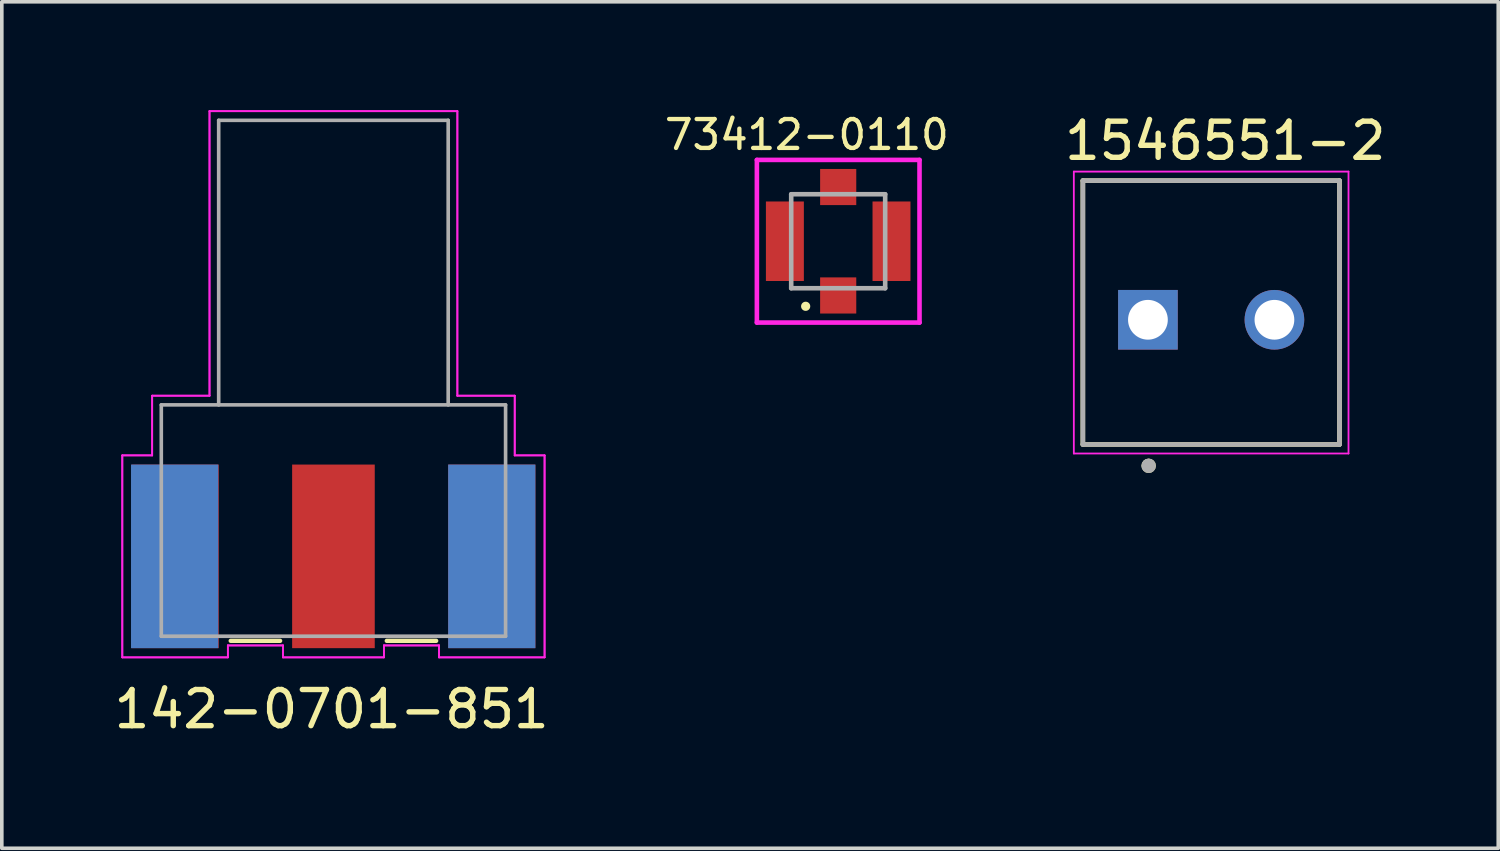
<source format=kicad_pcb>
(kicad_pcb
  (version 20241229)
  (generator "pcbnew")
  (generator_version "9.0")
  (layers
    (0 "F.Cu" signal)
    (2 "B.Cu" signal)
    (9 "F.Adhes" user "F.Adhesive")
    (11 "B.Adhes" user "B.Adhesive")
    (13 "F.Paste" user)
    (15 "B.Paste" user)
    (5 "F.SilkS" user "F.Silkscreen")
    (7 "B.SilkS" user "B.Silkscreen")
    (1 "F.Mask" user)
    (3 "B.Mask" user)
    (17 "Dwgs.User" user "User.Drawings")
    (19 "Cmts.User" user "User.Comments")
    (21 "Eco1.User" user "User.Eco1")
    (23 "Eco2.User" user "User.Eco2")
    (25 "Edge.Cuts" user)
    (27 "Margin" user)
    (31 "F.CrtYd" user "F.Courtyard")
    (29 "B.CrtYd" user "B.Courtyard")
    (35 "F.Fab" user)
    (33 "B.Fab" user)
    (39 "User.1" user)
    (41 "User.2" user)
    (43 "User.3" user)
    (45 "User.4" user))
  (footprint "1546551-2"
    (layer "F.Cu")
    (at 30.462 5.798)
    (property "Reference" "1546551-2" (at 0.39 -4.95 0) (layer "F.SilkS") (effects (font (size 1 1) (thickness 0.15))))
    (attr through_hole)
    (fp_line (start -3.55 -3.85) (end 3.55 -3.85) (stroke (width 0.127) (type solid)) (layer "F.SilkS"))
    (fp_line (start -3.55 3.45) (end -3.55 -3.85) (stroke (width 0.127) (type solid)) (layer "F.SilkS"))
    (fp_line (start 3.55 -3.85) (end 3.55 3.45) (stroke (width 0.127) (type solid)) (layer "F.SilkS"))
    (fp_line (start 3.55 3.45) (end -3.55 3.45) (stroke (width 0.127) (type solid)) (layer "F.SilkS"))
    (fp_circle (center -1.73 4.04) (end -1.63 4.04) (stroke (width 0.2) (type solid)) (fill no) (layer "F.SilkS"))
    (fp_line (start -3.8 -4.1) (end 3.8 -4.1) (stroke (width 0.05) (type solid)) (layer "F.CrtYd"))
    (fp_line (start -3.8 3.7) (end -3.8 -4.1) (stroke (width 0.05) (type solid)) (layer "F.CrtYd"))
    (fp_line (start 3.8 -4.1) (end 3.8 3.7) (stroke (width 0.05) (type solid)) (layer "F.CrtYd"))
    (fp_line (start 3.8 3.7) (end -3.8 3.7) (stroke (width 0.05) (type solid)) (layer "F.CrtYd"))
    (fp_line (start -3.55 -3.85) (end 3.55 -3.85) (stroke (width 0.127) (type solid)) (layer "F.Fab"))
    (fp_line (start -3.55 3.45) (end -3.55 -3.85) (stroke (width 0.127) (type solid)) (layer "F.Fab"))
    (fp_line (start 3.55 -3.85) (end 3.55 3.45) (stroke (width 0.127) (type solid)) (layer "F.Fab"))
    (fp_line (start 3.55 3.45) (end -3.55 3.45) (stroke (width 0.127) (type solid)) (layer "F.Fab"))
    (fp_circle (center -1.73 4.04) (end -1.63 4.04) (stroke (width 0.2) (type solid)) (fill no) (layer "F.Fab"))
    (pad "1" thru_hole rect (at -1.75 0) (size 1.65 1.65) (drill 1.1) (layers "*.Cu" "*.Mask"))
    (pad "2" thru_hole circle (at 1.75 0) (size 1.65 1.65) (drill 1.1) (layers "*.Cu" "*.Mask")))
  (footprint "73412-0110"
    (layer "F.Cu")
    (at 20.29 3.549)
    (property "Reference" "73412-0110" (at -1.016 -2.87 180) (layer "F.SilkS") (effects (font (size 0.8 0.8) (thickness 0.12))))
    (attr through_hole)
    (fp_circle (center -1.048 1.876) (end -1.048 1.749) (stroke (width 0) (type solid)) (fill yes) (layer "F.SilkS"))
    (fp_line (start -2.398 -2.174) (end 2.102 -2.174) (stroke (width 0.127) (type solid)) (layer "F.CrtYd"))
    (fp_line (start -2.398 2.326) (end -2.398 -2.174) (stroke (width 0.127) (type solid)) (layer "F.CrtYd"))
    (fp_line (start 2.102 -2.174) (end 2.102 2.326) (stroke (width 0.127) (type solid)) (layer "F.CrtYd"))
    (fp_line (start 2.102 2.326) (end -2.398 2.326) (stroke (width 0.127) (type solid)) (layer "F.CrtYd"))
    (fp_line (start -1.448 -1.224) (end -1.448 1.376) (stroke (width 0.127) (type solid)) (layer "F.Fab"))
    (fp_line (start -1.448 1.376) (end 1.152 1.376) (stroke (width 0.127) (type solid)) (layer "F.Fab"))
    (fp_line (start 1.152 -1.224) (end -1.448 -1.224) (stroke (width 0.127) (type solid)) (layer "F.Fab"))
    (fp_line (start 1.152 1.376) (end 1.152 -1.224) (stroke (width 0.127) (type solid)) (layer "F.Fab"))
    (pad "1" smd rect (at -0.148 1.576 180) (size 1 1) (layers "F.Cu" "F.Mask" "F.Paste"))
    (pad "2" smd rect (at -1.623 0.076 180) (size 1.05 2.2) (layers "F.Cu" "F.Mask" "F.Paste"))
    (pad "2" smd rect (at -0.148 -1.424 180) (size 1 1) (layers "F.Cu" "F.Mask" "F.Paste"))
    (pad "2" smd rect (at 1.327 0.076 180) (size 1.05 2.2) (layers "F.Cu" "F.Mask" "F.Paste")))
  (footprint "142-0701-851"
    (layer "F.Cu")
    (at 6.176 12.179)
    (property "Reference" "142-0701-851" (at -0.051 4.394 0) (layer "F.SilkS") (effects (font (size 1 1) (thickness 0.15))))
    (attr through_hole)
    (fp_line (start -2.842 2.502) (end -1.476 2.502) (stroke (width 0.12) (type solid)) (layer "F.SilkS"))
    (fp_line (start 1.476 2.502) (end 2.842 2.502) (stroke (width 0.12) (type solid)) (layer "F.SilkS"))
    (fp_line (start -5.842 -2.629) (end -5.842 2.959) (stroke (width 0.05) (type solid)) (layer "F.CrtYd"))
    (fp_line (start -5.842 -2.629) (end -5.842 2.959) (stroke (width 0.05) (type solid)) (layer "F.CrtYd"))
    (fp_line (start -5.842 2.959) (end -2.921 2.959) (stroke (width 0.05) (type solid)) (layer "F.CrtYd"))
    (fp_line (start -5.842 2.959) (end -2.921 2.959) (stroke (width 0.05) (type solid)) (layer "F.CrtYd"))
    (fp_line (start -5.016 -4.28) (end -5.016 -2.629) (stroke (width 0.05) (type solid)) (layer "F.CrtYd"))
    (fp_line (start -5.016 -4.28) (end -5.016 -2.629) (stroke (width 0.05) (type solid)) (layer "F.CrtYd"))
    (fp_line (start -5.016 -2.629) (end -5.842 -2.629) (stroke (width 0.05) (type solid)) (layer "F.CrtYd"))
    (fp_line (start -5.016 -2.629) (end -5.842 -2.629) (stroke (width 0.05) (type solid)) (layer "F.CrtYd"))
    (fp_line (start -3.429 -12.154) (end -3.429 -4.28) (stroke (width 0.05) (type solid)) (layer "F.CrtYd"))
    (fp_line (start -3.429 -12.154) (end -3.429 -4.28) (stroke (width 0.05) (type solid)) (layer "F.CrtYd"))
    (fp_line (start -3.429 -4.28) (end -5.016 -4.28) (stroke (width 0.05) (type solid)) (layer "F.CrtYd"))
    (fp_line (start -3.429 -4.28) (end -5.016 -4.28) (stroke (width 0.05) (type solid)) (layer "F.CrtYd"))
    (fp_line (start -2.921 2.629) (end -1.397 2.629) (stroke (width 0.05) (type solid)) (layer "F.CrtYd"))
    (fp_line (start -2.921 2.629) (end -1.397 2.629) (stroke (width 0.05) (type solid)) (layer "F.CrtYd"))
    (fp_line (start -2.921 2.959) (end -2.921 2.629) (stroke (width 0.05) (type solid)) (layer "F.CrtYd"))
    (fp_line (start -2.921 2.959) (end -2.921 2.629) (stroke (width 0.05) (type solid)) (layer "F.CrtYd"))
    (fp_line (start -1.397 2.629) (end -1.397 2.959) (stroke (width 0.05) (type solid)) (layer "F.CrtYd"))
    (fp_line (start -1.397 2.629) (end -1.397 2.959) (stroke (width 0.05) (type solid)) (layer "F.CrtYd"))
    (fp_line (start -1.397 2.959) (end 1.397 2.959) (stroke (width 0.05) (type solid)) (layer "F.CrtYd"))
    (fp_line (start -1.397 2.959) (end 1.397 2.959) (stroke (width 0.05) (type solid)) (layer "F.CrtYd"))
    (fp_line (start 1.397 2.629) (end 2.921 2.629) (stroke (width 0.05) (type solid)) (layer "F.CrtYd"))
    (fp_line (start 1.397 2.629) (end 2.921 2.629) (stroke (width 0.05) (type solid)) (layer "F.CrtYd"))
    (fp_line (start 1.397 2.959) (end 1.397 2.629) (stroke (width 0.05) (type solid)) (layer "F.CrtYd"))
    (fp_line (start 1.397 2.959) (end 1.397 2.629) (stroke (width 0.05) (type solid)) (layer "F.CrtYd"))
    (fp_line (start 2.921 2.629) (end 2.921 2.959) (stroke (width 0.05) (type solid)) (layer "F.CrtYd"))
    (fp_line (start 2.921 2.629) (end 2.921 2.959) (stroke (width 0.05) (type solid)) (layer "F.CrtYd"))
    (fp_line (start 2.921 2.959) (end 5.842 2.959) (stroke (width 0.05) (type solid)) (layer "F.CrtYd"))
    (fp_line (start 2.921 2.959) (end 5.842 2.959) (stroke (width 0.05) (type solid)) (layer "F.CrtYd"))
    (fp_line (start 3.429 -12.154) (end -3.429 -12.154) (stroke (width 0.05) (type solid)) (layer "F.CrtYd"))
    (fp_line (start 3.429 -12.154) (end -3.429 -12.154) (stroke (width 0.05) (type solid)) (layer "F.CrtYd"))
    (fp_line (start 3.429 -4.28) (end 3.429 -12.154) (stroke (width 0.05) (type solid)) (layer "F.CrtYd"))
    (fp_line (start 3.429 -4.28) (end 3.429 -12.154) (stroke (width 0.05) (type solid)) (layer "F.CrtYd"))
    (fp_line (start 5.016 -4.28) (end 3.429 -4.28) (stroke (width 0.05) (type solid)) (layer "F.CrtYd"))
    (fp_line (start 5.016 -4.28) (end 3.429 -4.28) (stroke (width 0.05) (type solid)) (layer "F.CrtYd"))
    (fp_line (start 5.016 -2.629) (end 5.016 -4.28) (stroke (width 0.05) (type solid)) (layer "F.CrtYd"))
    (fp_line (start 5.016 -2.629) (end 5.016 -4.28) (stroke (width 0.05) (type solid)) (layer "F.CrtYd"))
    (fp_line (start 5.842 -2.629) (end 5.016 -2.629) (stroke (width 0.05) (type solid)) (layer "F.CrtYd"))
    (fp_line (start 5.842 -2.629) (end 5.016 -2.629) (stroke (width 0.05) (type solid)) (layer "F.CrtYd"))
    (fp_line (start 5.842 2.959) (end 5.842 -2.629) (stroke (width 0.05) (type solid)) (layer "F.CrtYd"))
    (fp_line (start 5.842 2.959) (end 5.842 -2.629) (stroke (width 0.05) (type solid)) (layer "F.CrtYd"))
    (fp_line (start -4.763 -4.026) (end -4.763 2.375) (stroke (width 0.1) (type solid)) (layer "F.Fab"))
    (fp_line (start -4.763 2.375) (end 4.763 2.375) (stroke (width 0.1) (type solid)) (layer "F.Fab"))
    (fp_line (start -3.175 -11.9) (end 3.175 -11.9) (stroke (width 0.1) (type solid)) (layer "F.Fab"))
    (fp_line (start -3.175 -4.026) (end -3.175 -11.9) (stroke (width 0.1) (type solid)) (layer "F.Fab"))
    (fp_line (start 3.175 -11.9) (end 3.175 -4.026) (stroke (width 0.1) (type solid)) (layer "F.Fab"))
    (fp_line (start 4.763 -4.026) (end -4.763 -4.026) (stroke (width 0.1) (type solid)) (layer "F.Fab"))
    (fp_line (start 4.763 2.375) (end 4.763 -4.026) (stroke (width 0.1) (type solid)) (layer "F.Fab"))
    (pad "1" smd rect (at 0 0.165) (size 2.286 5.08) (layers "F.Cu" "F.Mask" "F.Paste"))
    (pad "2" smd rect (at -4.394 0.165) (size 2.413 5.08) (layers "B.Cu" "B.Mask" "B.Paste"))
    (pad "2" smd rect (at -4.381 0.165) (size 2.413 5.08) (layers "F.Cu" "F.Mask" "F.Paste"))
    (pad "2" smd rect (at 4.381 0.165) (size 2.413 5.08) (layers "F.Cu" "F.Mask" "F.Paste"))
    (pad "2" smd rect (at 4.381 0.165) (size 2.413 5.08) (layers "B.Cu" "B.Mask" "B.Paste")))
  (gr_rect
    (start -3 -3)
    (end 38.405 20.421)
    (stroke (width 0.1) (type default))
    (fill no)
    (layer "Edge.Cuts")))
</source>
